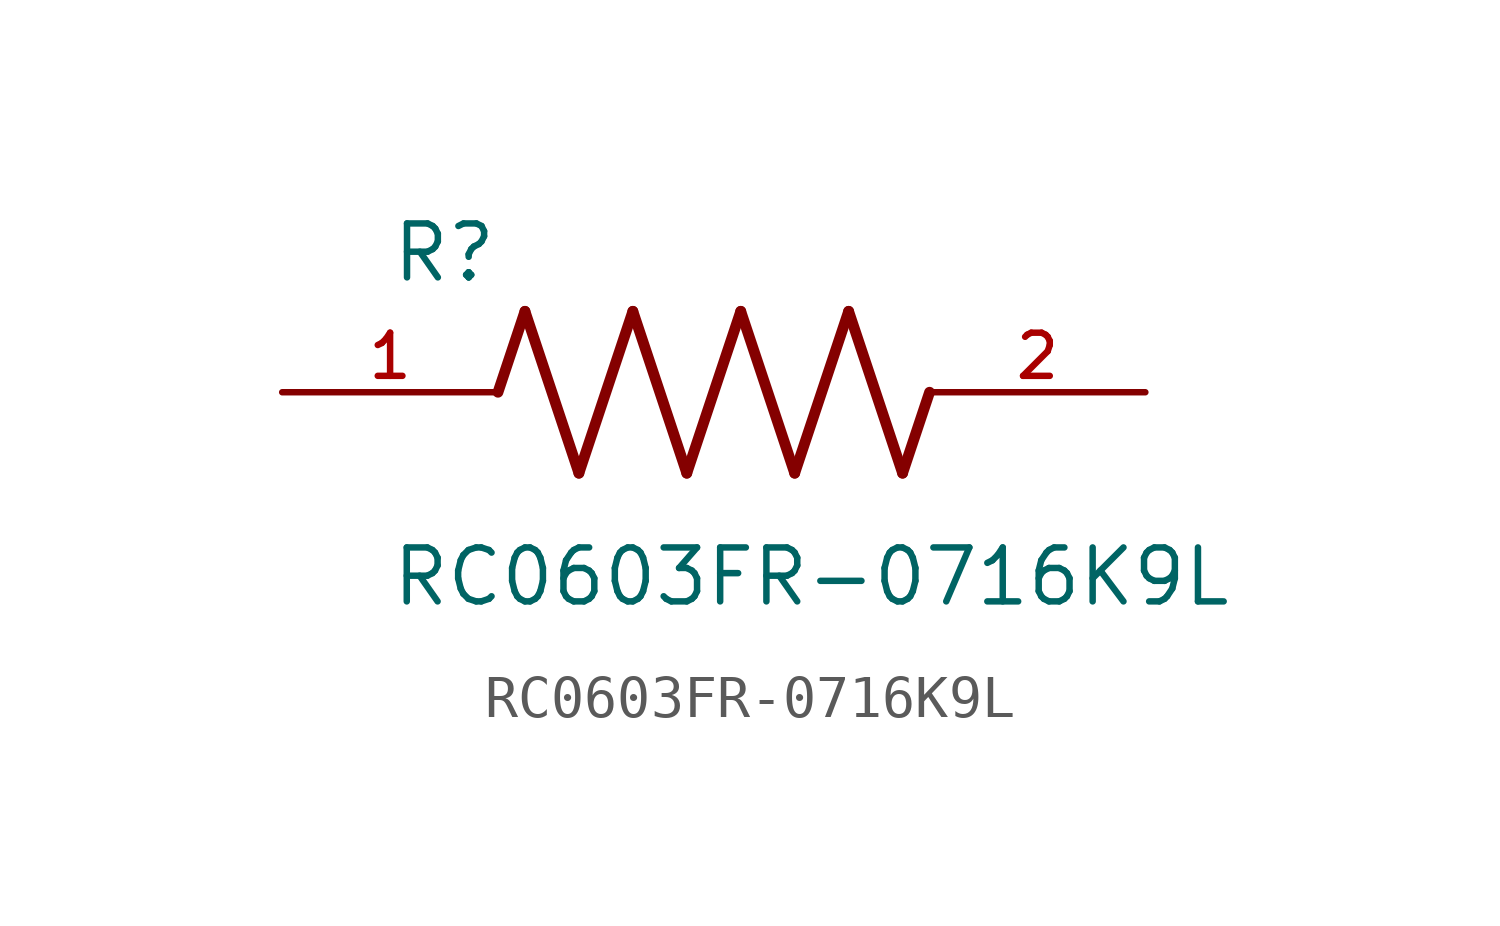
<source format=kicad_sym>
(kicad_symbol_lib
  (version 20211014)
  (generator kicad_symbol_editor)
  (symbol "RC0603FR-0716K9L"
    (pin_names
      (offset 1.016))
    (property "Reference" "R"
      (at -7.624 2.541 0)
      (effects (font (size 1.27 1.27)) (justify bottom left)))
    (property "Value" "RC0603FR-0716K9L"
      (at -7.63 -5.087 0)
      (effects (font (size 1.27 1.27)) (justify bottom left)))
    (symbol "RC0603FR-0716K9L_0_0"
      (polyline (pts (xy -5.08 0.0) (xy -4.445 1.905)) (stroke (width 0.254)))
      (polyline (pts (xy -4.445 1.905) (xy -3.175 -1.905)) (stroke (width 0.254)))
      (polyline (pts (xy -3.175 -1.905) (xy -1.905 1.905)) (stroke (width 0.254)))
      (polyline (pts (xy -1.905 1.905) (xy -0.635 -1.905)) (stroke (width 0.254)))
      (polyline (pts (xy -0.635 -1.905) (xy 0.635 1.905)) (stroke (width 0.254)))
      (polyline (pts (xy 0.635 1.905) (xy 1.905 -1.905)) (stroke (width 0.254)))
      (polyline (pts (xy 1.905 -1.905) (xy 3.175 1.905)) (stroke (width 0.254)))
      (polyline (pts (xy 3.175 1.905) (xy 4.445 -1.905)) (stroke (width 0.254)))
      (polyline (pts (xy 4.445 -1.905) (xy 5.08 0.0)) (stroke (width 0.254)))
      (pin passive line (at -10.16 0.0 0) (length 5.08) (name "~" (effects (font (size 1.016 1.016)))) (number "1" (effects (font (size 1.016 1.016)))))
      (pin passive line (at 10.16 0.0 180.0) (length 5.08) (name "~" (effects (font (size 1.016 1.016)))) (number "2" (effects (font (size 1.016 1.016))))))))
</source>
